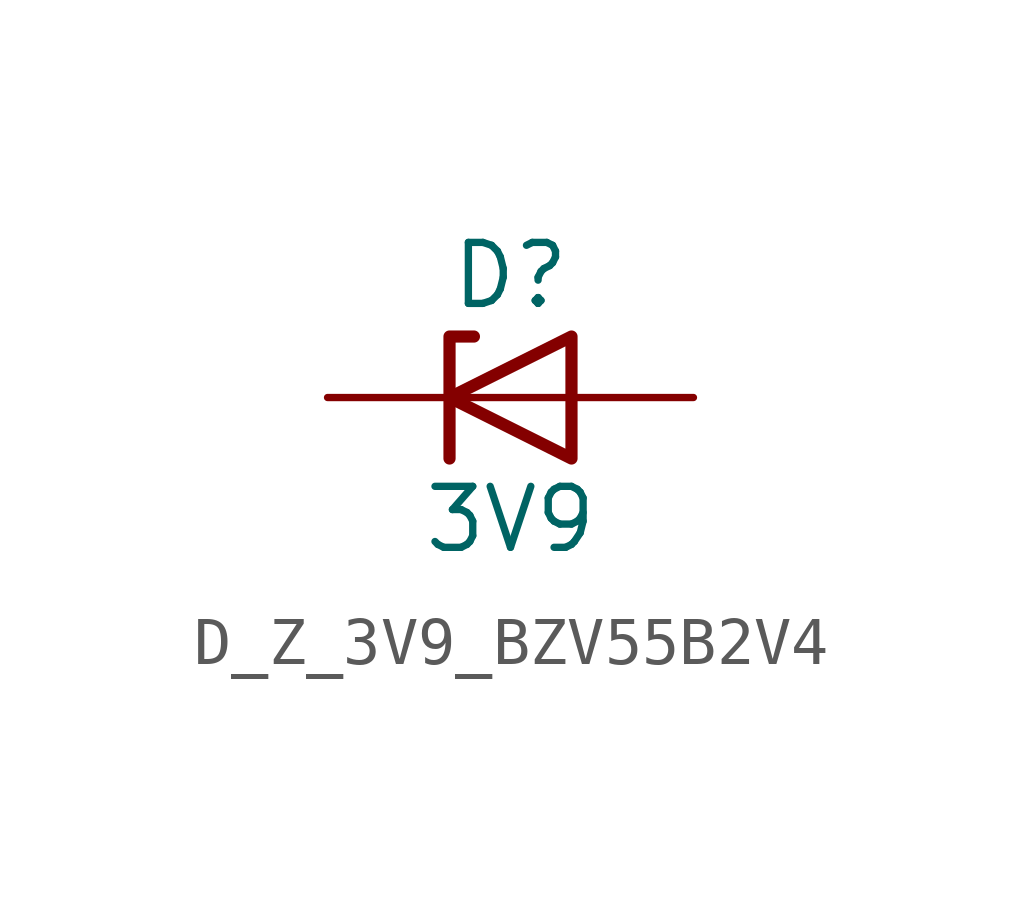
<source format=kicad_sym>
(kicad_symbol_lib
  (version 20220914)
  (generator kicad_symbol_editor)
  (symbol "D_Z_3V9_BZV55B2V4"
    (pin_numbers hide)
    (pin_names hide)
    (property "Reference" "D"
      (at 0 2.54 0)
      (effects (font (size 1.27 1.27))))
    (property "Value" "3V9"
      (at 0 -2.54 0)
      (effects (font (size 1.27 1.27))))
    (symbol "D_Z_3V9_BZV55B2V4_0_1"
      (polyline (pts (xy 1.27 0) (xy -1.27 0)) (stroke (width 0) (type default)) (fill (type none)))
      (polyline (pts (xy -1.27 -1.27) (xy -1.27 1.27) (xy -0.762 1.27)) (stroke (width 0.254) (type default)) (fill (type none)))
      (polyline (pts (xy 1.27 -1.27) (xy 1.27 1.27) (xy -1.27 0) (xy 1.27 -1.27)) (stroke (width 0.254) (type default)) (fill (type none))))
    (symbol "D_Z_3V9_BZV55B2V4_1_1"
      (pin passive line (at 3.81 0 180) (length 2.54) (name "A" (effects (font (size 1.27 1.27)))) (number "1" (effects (font (size 1.27 1.27)))))
      (pin passive line (at -3.81 0 0) (length 2.54) (name "C" (effects (font (size 1.27 1.27)))) (number "2" (effects (font (size 1.27 1.27))))))))
</source>
